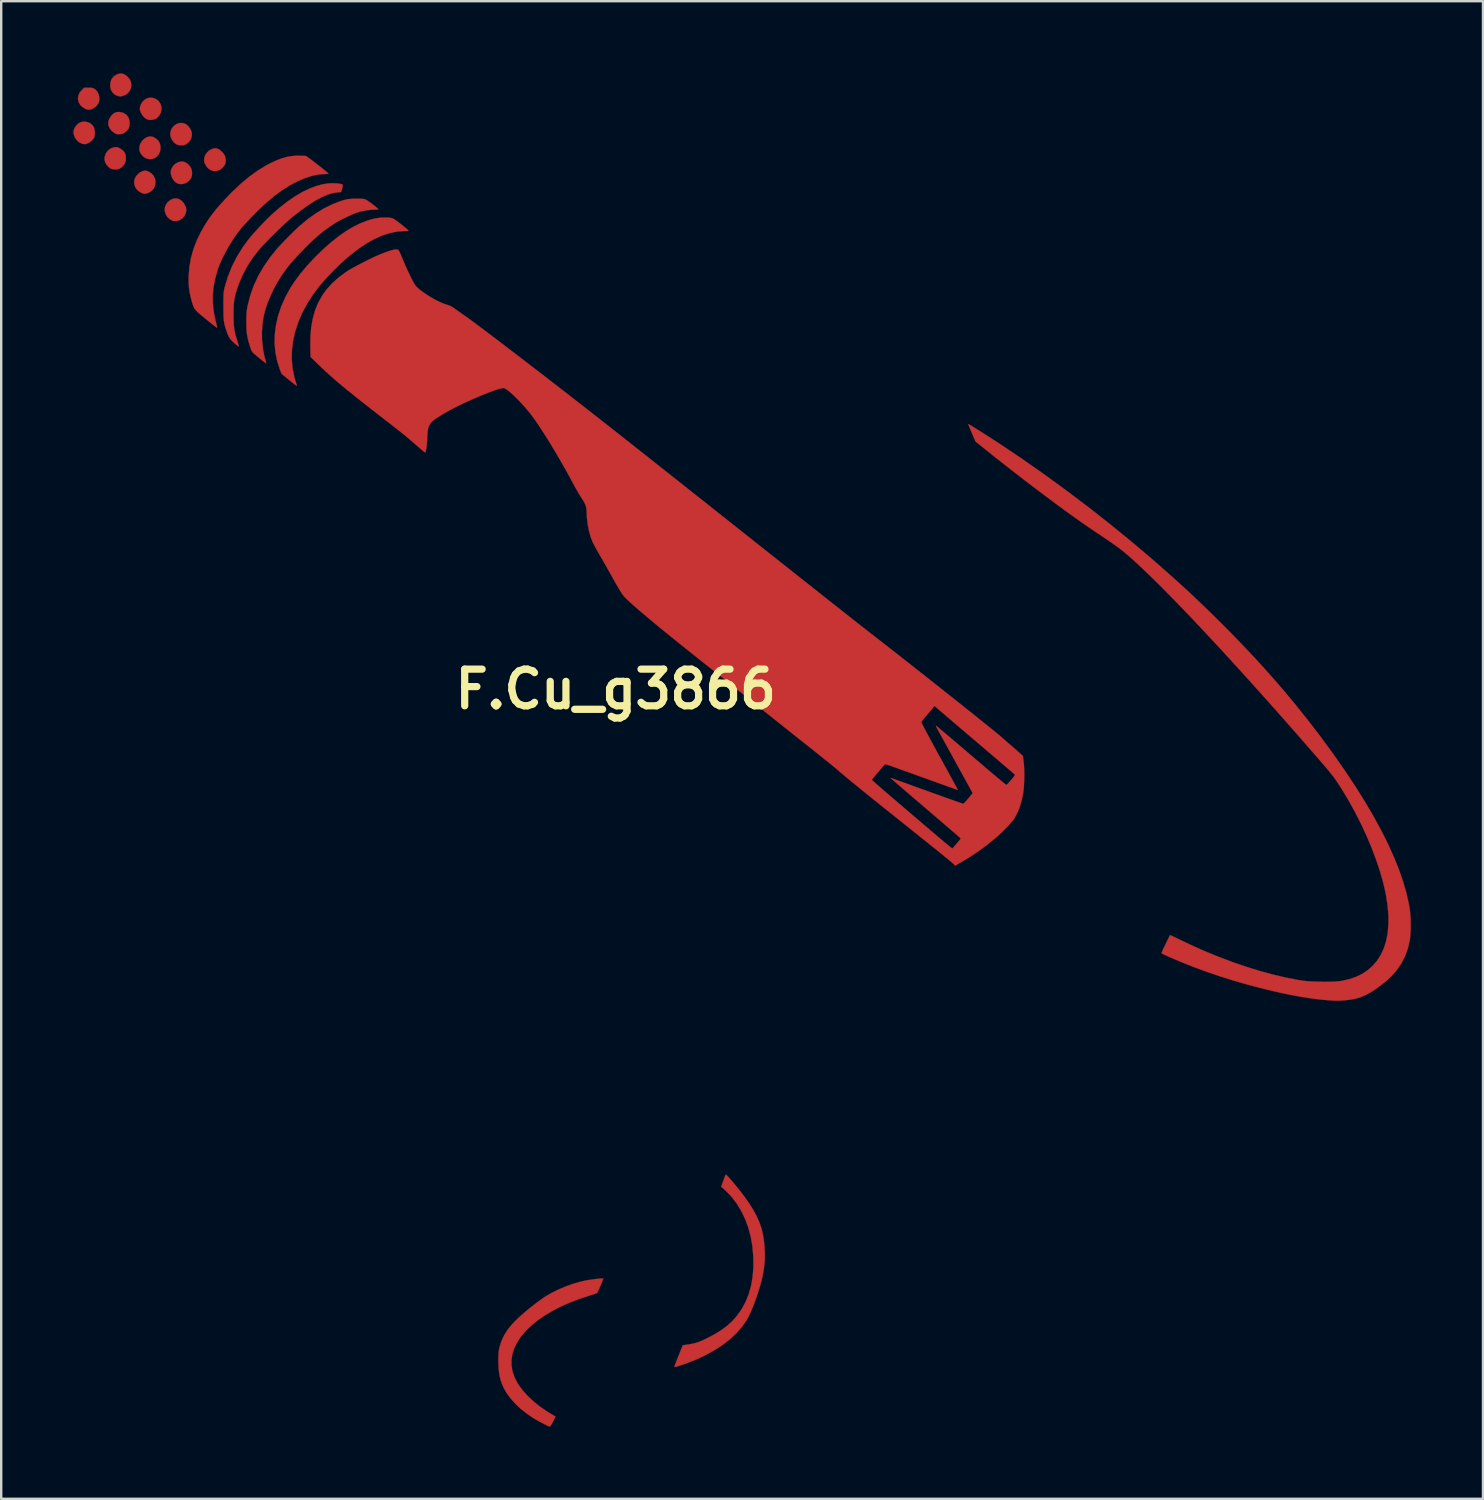
<source format=kicad_pcb>
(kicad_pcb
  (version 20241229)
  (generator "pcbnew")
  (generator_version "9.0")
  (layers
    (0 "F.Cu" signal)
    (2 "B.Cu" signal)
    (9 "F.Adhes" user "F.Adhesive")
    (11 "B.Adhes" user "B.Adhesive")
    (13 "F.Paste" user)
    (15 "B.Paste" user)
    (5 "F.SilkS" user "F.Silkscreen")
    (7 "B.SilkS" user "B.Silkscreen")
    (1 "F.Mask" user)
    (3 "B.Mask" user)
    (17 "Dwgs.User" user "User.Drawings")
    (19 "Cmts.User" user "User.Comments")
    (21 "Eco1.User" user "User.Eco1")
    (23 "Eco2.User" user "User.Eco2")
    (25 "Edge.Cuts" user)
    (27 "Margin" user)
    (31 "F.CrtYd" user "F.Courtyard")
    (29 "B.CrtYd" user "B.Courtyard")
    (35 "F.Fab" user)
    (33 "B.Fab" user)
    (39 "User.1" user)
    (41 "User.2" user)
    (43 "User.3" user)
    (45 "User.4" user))
  (footprint "F.Cu_g3866"
    (layer "F.Cu")
    (at 22.547 25.604)
    (property "Reference" "F.Cu_g3866" (at 0 0 0) (layer "F.SilkS") (effects (font (size 1.524 1.524) (thickness 0.3))))
    (attr through_hole)
    (fp_poly (pts (xy -19.244 -22.966) (xy -19.213 -22.953) (xy -19.087 -22.874) (xy -18.999 -22.784) (xy -18.946 -22.676) (xy -18.925 -22.546) (xy -18.924 -22.511) (xy -18.941 -22.371) (xy -18.99 -22.251) (xy -19.065 -22.155) (xy -19.16 -22.085) (xy -19.27 -22.045) (xy -19.389 -22.038) (xy -19.513 -22.069) (xy -19.573 -22.098) (xy -19.682 -22.183) (xy -19.758 -22.287) (xy -19.799 -22.405) (xy -19.804 -22.531) (xy -19.772 -22.657) (xy -19.703 -22.779) (xy -19.672 -22.816) (xy -19.57 -22.907) (xy -19.46 -22.963) (xy -19.35 -22.983) (xy -19.244 -22.966)) (stroke (width 0.01) (type solid)) (fill yes) (layer "F.Cu"))
    (fp_poly (pts (xy -18.157 -20.378) (xy -18.051 -20.314) (xy -17.959 -20.212) (xy -17.955 -20.206) (xy -17.883 -20.074) (xy -17.852 -19.949) (xy -17.861 -19.828) (xy -17.911 -19.708) (xy -17.935 -19.669) (xy -18.023 -19.57) (xy -18.131 -19.502) (xy -18.249 -19.466) (xy -18.37 -19.467) (xy -18.421 -19.479) (xy -18.54 -19.54) (xy -18.639 -19.635) (xy -18.698 -19.73) (xy -18.745 -19.865) (xy -18.749 -19.996) (xy -18.712 -20.122) (xy -18.635 -20.237) (xy -18.62 -20.253) (xy -18.51 -20.342) (xy -18.393 -20.393) (xy -18.273 -20.405) (xy -18.157 -20.378)) (stroke (width 0.01) (type solid)) (fill yes) (layer "F.Cu"))
    (fp_poly (pts (xy -17.953 -23.53) (xy -17.856 -23.485) (xy -17.766 -23.407) (xy -17.678 -23.286) (xy -17.629 -23.159) (xy -17.619 -23.028) (xy -17.649 -22.901) (xy -17.719 -22.781) (xy -17.759 -22.736) (xy -17.864 -22.655) (xy -17.984 -22.614) (xy -18.118 -22.613) (xy -18.203 -22.631) (xy -18.296 -22.676) (xy -18.381 -22.754) (xy -18.452 -22.852) (xy -18.501 -22.962) (xy -18.521 -23.071) (xy -18.521 -23.078) (xy -18.501 -23.209) (xy -18.447 -23.326) (xy -18.364 -23.424) (xy -18.259 -23.497) (xy -18.138 -23.537) (xy -18.065 -23.543) (xy -17.953 -23.53)) (stroke (width 0.01) (type solid)) (fill yes) (layer "F.Cu"))
    (fp_poly (pts (xy -20.439 -25.569) (xy -20.333 -25.499) (xy -20.297 -25.468) (xy -20.208 -25.363) (xy -20.155 -25.247) (xy -20.137 -25.126) (xy -20.152 -25.006) (xy -20.196 -24.893) (xy -20.27 -24.795) (xy -20.369 -24.716) (xy -20.493 -24.665) (xy -20.553 -24.652) (xy -20.625 -24.652) (xy -20.7 -24.664) (xy -20.707 -24.666) (xy -20.828 -24.724) (xy -20.922 -24.813) (xy -20.986 -24.927) (xy -21.016 -25.063) (xy -21.018 -25.11) (xy -21 -25.256) (xy -20.948 -25.382) (xy -20.861 -25.483) (xy -20.765 -25.547) (xy -20.648 -25.591) (xy -20.542 -25.599) (xy -20.439 -25.569)) (stroke (width 0.01) (type solid)) (fill yes) (layer "F.Cu"))
    (fp_poly (pts (xy -19.199 -24.575) (xy -19.084 -24.521) (xy -18.993 -24.441) (xy -18.923 -24.332) (xy -18.888 -24.209) (xy -18.887 -24.08) (xy -18.919 -23.955) (xy -18.982 -23.842) (xy -19.075 -23.749) (xy -19.087 -23.74) (xy -19.182 -23.694) (xy -19.293 -23.67) (xy -19.403 -23.671) (xy -19.485 -23.693) (xy -19.584 -23.758) (xy -19.672 -23.854) (xy -19.74 -23.969) (xy -19.78 -24.092) (xy -19.782 -24.104) (xy -19.778 -24.203) (xy -19.74 -24.311) (xy -19.672 -24.421) (xy -19.654 -24.443) (xy -19.556 -24.529) (xy -19.443 -24.579) (xy -19.321 -24.595) (xy -19.199 -24.575)) (stroke (width 0.01) (type solid)) (fill yes) (layer "F.Cu"))
    (fp_poly (pts (xy -17.964 -21.932) (xy -17.945 -21.928) (xy -17.854 -21.885) (xy -17.764 -21.814) (xy -17.688 -21.724) (xy -17.654 -21.667) (xy -17.623 -21.569) (xy -17.611 -21.458) (xy -17.619 -21.35) (xy -17.645 -21.266) (xy -17.719 -21.159) (xy -17.816 -21.077) (xy -17.929 -21.022) (xy -18.049 -20.999) (xy -18.167 -21.01) (xy -18.216 -21.027) (xy -18.314 -21.09) (xy -18.395 -21.181) (xy -18.456 -21.291) (xy -18.492 -21.409) (xy -18.498 -21.526) (xy -18.474 -21.626) (xy -18.404 -21.746) (xy -18.311 -21.84) (xy -18.202 -21.905) (xy -18.084 -21.937) (xy -17.964 -21.932)) (stroke (width 0.01) (type solid)) (fill yes) (layer "F.Cu"))
    (fp_poly (pts (xy -19.47 -21.544) (xy -19.428 -21.526) (xy -19.297 -21.442) (xy -19.205 -21.34) (xy -19.15 -21.22) (xy -19.132 -21.08) (xy -19.132 -21.079) (xy -19.152 -20.936) (xy -19.208 -20.813) (xy -19.299 -20.713) (xy -19.421 -20.639) (xy -19.456 -20.626) (xy -19.53 -20.603) (xy -19.589 -20.599) (xy -19.652 -20.612) (xy -19.69 -20.625) (xy -19.812 -20.689) (xy -19.91 -20.779) (xy -19.979 -20.888) (xy -20.016 -21.01) (xy -20.017 -21.137) (xy -20 -21.211) (xy -19.938 -21.331) (xy -19.843 -21.435) (xy -19.776 -21.485) (xy -19.665 -21.541) (xy -19.566 -21.561) (xy -19.47 -21.544)) (stroke (width 0.01) (type solid)) (fill yes) (layer "F.Cu"))
    (fp_poly (pts (xy -21.829 -25.007) (xy -21.766 -25) (xy -21.718 -24.985) (xy -21.67 -24.958) (xy -21.658 -24.95) (xy -21.566 -24.865) (xy -21.503 -24.751) (xy -21.47 -24.614) (xy -21.469 -24.609) (xy -21.468 -24.48) (xy -21.498 -24.374) (xy -21.561 -24.279) (xy -21.613 -24.227) (xy -21.727 -24.143) (xy -21.835 -24.099) (xy -21.942 -24.094) (xy -22.034 -24.121) (xy -22.162 -24.195) (xy -22.261 -24.292) (xy -22.327 -24.406) (xy -22.356 -24.531) (xy -22.357 -24.563) (xy -22.339 -24.687) (xy -22.287 -24.8) (xy -22.196 -24.911) (xy -22.183 -24.924) (xy -22.096 -25.008) (xy -21.921 -25.008) (xy -21.829 -25.007)) (stroke (width 0.01) (type solid)) (fill yes) (layer "F.Cu"))
    (fp_poly (pts (xy -20.615 -23.996) (xy -20.472 -23.962) (xy -20.359 -23.898) (xy -20.276 -23.805) (xy -20.225 -23.684) (xy -20.207 -23.537) (xy -20.219 -23.404) (xy -20.26 -23.297) (xy -20.334 -23.206) (xy -20.394 -23.157) (xy -20.467 -23.111) (xy -20.534 -23.087) (xy -20.619 -23.076) (xy -20.625 -23.076) (xy -20.703 -23.074) (xy -20.758 -23.083) (xy -20.811 -23.108) (xy -20.854 -23.135) (xy -20.973 -23.235) (xy -21.053 -23.346) (xy -21.093 -23.467) (xy -21.094 -23.591) (xy -21.053 -23.718) (xy -20.971 -23.841) (xy -20.963 -23.851) (xy -20.873 -23.937) (xy -20.78 -23.985) (xy -20.675 -24) (xy -20.615 -23.996)) (stroke (width 0.01) (type solid)) (fill yes) (layer "F.Cu"))
    (fp_poly (pts (xy -21.975 -23.582) (xy -21.862 -23.537) (xy -21.767 -23.465) (xy -21.698 -23.368) (xy -21.694 -23.36) (xy -21.669 -23.275) (xy -21.656 -23.169) (xy -21.656 -23.061) (xy -21.67 -22.97) (xy -21.676 -22.951) (xy -21.725 -22.869) (xy -21.803 -22.789) (xy -21.899 -22.722) (xy -21.998 -22.676) (xy -22.045 -22.664) (xy -22.105 -22.664) (xy -22.178 -22.678) (xy -22.203 -22.686) (xy -22.321 -22.748) (xy -22.419 -22.841) (xy -22.493 -22.957) (xy -22.535 -23.086) (xy -22.542 -23.169) (xy -22.526 -23.259) (xy -22.481 -23.356) (xy -22.418 -23.448) (xy -22.343 -23.52) (xy -22.33 -23.53) (xy -22.218 -23.581) (xy -22.097 -23.598) (xy -21.975 -23.582)) (stroke (width 0.01) (type solid)) (fill yes) (layer "F.Cu"))
    (fp_poly (pts (xy -20.69 -22.525) (xy -20.623 -22.493) (xy -20.602 -22.48) (xy -20.492 -22.404) (xy -20.42 -22.32) (xy -20.379 -22.22) (xy -20.366 -22.129) (xy -20.366 -22.043) (xy -20.374 -21.962) (xy -20.384 -21.917) (xy -20.424 -21.836) (xy -20.488 -21.753) (xy -20.563 -21.682) (xy -20.632 -21.64) (xy -20.716 -21.618) (xy -20.816 -21.611) (xy -20.914 -21.62) (xy -20.993 -21.642) (xy -21.009 -21.651) (xy -21.093 -21.719) (xy -21.17 -21.81) (xy -21.225 -21.907) (xy -21.253 -22.024) (xy -21.244 -22.144) (xy -21.203 -22.26) (xy -21.136 -22.364) (xy -21.046 -22.45) (xy -20.939 -22.51) (xy -20.823 -22.536) (xy -20.75 -22.538) (xy -20.69 -22.525)) (stroke (width 0.01) (type solid)) (fill yes) (layer "F.Cu"))
    (fp_poly (pts (xy -16.587 -22.486) (xy -16.541 -22.469) (xy -16.457 -22.421) (xy -16.371 -22.346) (xy -16.296 -22.257) (xy -16.246 -22.171) (xy -16.223 -22.085) (xy -16.214 -21.985) (xy -16.22 -21.889) (xy -16.233 -21.837) (xy -16.274 -21.766) (xy -16.339 -21.691) (xy -16.413 -21.625) (xy -16.466 -21.592) (xy -16.591 -21.546) (xy -16.709 -21.542) (xy -16.773 -21.558) (xy -16.842 -21.588) (xy -16.903 -21.622) (xy -16.911 -21.627) (xy -16.975 -21.69) (xy -17.036 -21.775) (xy -17.085 -21.866) (xy -17.11 -21.945) (xy -17.109 -22.068) (xy -17.072 -22.189) (xy -17.004 -22.299) (xy -16.909 -22.391) (xy -16.794 -22.455) (xy -16.753 -22.469) (xy -16.682 -22.488) (xy -16.633 -22.494) (xy -16.587 -22.486)) (stroke (width 0.01) (type solid)) (fill yes) (layer "F.Cu"))
    (fp_poly (pts (xy -9.444 -19.606) (xy -9.351 -19.596) (xy -9.283 -19.578) (xy -9.221 -19.549) (xy -9.182 -19.523) (xy -9.117 -19.478) (xy -9.039 -19.419) (xy -8.952 -19.352) (xy -8.863 -19.283) (xy -8.779 -19.215) (xy -8.707 -19.154) (xy -8.651 -19.106) (xy -8.62 -19.075) (xy -8.615 -19.068) (xy -8.634 -19.059) (xy -8.686 -19.053) (xy -8.759 -19.05) (xy -8.779 -19.05) (xy -9.081 -19.029) (xy -9.392 -18.966) (xy -9.709 -18.862) (xy -10.034 -18.717) (xy -10.366 -18.531) (xy -10.705 -18.303) (xy -11.05 -18.035) (xy -11.27 -17.846) (xy -11.407 -17.72) (xy -11.558 -17.574) (xy -11.716 -17.417) (xy -11.873 -17.255) (xy -12.024 -17.096) (xy -12.16 -16.947) (xy -12.275 -16.815) (xy -12.323 -16.757) (xy -12.6 -16.386) (xy -12.839 -16.009) (xy -13.041 -15.627) (xy -13.204 -15.242) (xy -13.329 -14.856) (xy -13.415 -14.47) (xy -13.461 -14.086) (xy -13.467 -13.706) (xy -13.433 -13.331) (xy -13.357 -12.963) (xy -13.326 -12.852) (xy -13.301 -12.77) (xy -13.279 -12.701) (xy -13.264 -12.657) (xy -13.262 -12.652) (xy -13.256 -12.622) (xy -13.264 -12.616) (xy -13.285 -12.629) (xy -13.334 -12.664) (xy -13.404 -12.719) (xy -13.49 -12.787) (xy -13.587 -12.866) (xy -13.893 -13.116) (xy -13.962 -13.295) (xy -14.075 -13.648) (xy -14.148 -14.01) (xy -14.18 -14.379) (xy -14.172 -14.754) (xy -14.124 -15.134) (xy -14.037 -15.516) (xy -13.91 -15.898) (xy -13.744 -16.279) (xy -13.539 -16.657) (xy -13.526 -16.679) (xy -13.334 -16.972) (xy -13.107 -17.276) (xy -12.848 -17.586) (xy -12.562 -17.897) (xy -12.251 -18.205) (xy -12.118 -18.329) (xy -11.808 -18.601) (xy -11.511 -18.837) (xy -11.222 -19.039) (xy -10.938 -19.21) (xy -10.654 -19.352) (xy -10.366 -19.469) (xy -10.286 -19.496) (xy -10.013 -19.571) (xy -9.746 -19.607) (xy -9.475 -19.608) (xy -9.444 -19.606)) (stroke (width 0.01) (type solid)) (fill yes) (layer "F.Cu"))
    (fp_poly (pts (xy -13.123 -22.179) (xy -12.879 -22.172) (xy -12.756 -22.085) (xy -12.689 -22.035) (xy -12.604 -21.971) (xy -12.507 -21.897) (xy -12.403 -21.816) (xy -12.298 -21.734) (xy -12.197 -21.654) (xy -12.106 -21.58) (xy -12.029 -21.517) (xy -11.973 -21.47) (xy -11.943 -21.442) (xy -11.939 -21.437) (xy -11.958 -21.428) (xy -12.008 -21.423) (xy -12.07 -21.421) (xy -12.344 -21.401) (xy -12.631 -21.343) (xy -12.929 -21.247) (xy -13.235 -21.116) (xy -13.547 -20.95) (xy -13.863 -20.75) (xy -14.18 -20.518) (xy -14.496 -20.255) (xy -14.681 -20.085) (xy -14.835 -19.937) (xy -14.992 -19.781) (xy -15.147 -19.624) (xy -15.293 -19.47) (xy -15.426 -19.327) (xy -15.539 -19.2) (xy -15.625 -19.097) (xy -15.783 -18.886) (xy -15.941 -18.651) (xy -16.093 -18.403) (xy -16.234 -18.149) (xy -16.36 -17.899) (xy -16.466 -17.66) (xy -16.547 -17.442) (xy -16.551 -17.429) (xy -16.654 -17.061) (xy -16.721 -16.707) (xy -16.753 -16.363) (xy -16.749 -16.021) (xy -16.709 -15.675) (xy -16.635 -15.319) (xy -16.617 -15.25) (xy -16.594 -15.16) (xy -16.579 -15.088) (xy -16.572 -15.042) (xy -16.574 -15.028) (xy -16.595 -15.041) (xy -16.643 -15.077) (xy -16.714 -15.131) (xy -16.802 -15.2) (xy -16.903 -15.28) (xy -16.926 -15.298) (xy -17.082 -15.425) (xy -17.208 -15.529) (xy -17.309 -15.615) (xy -17.387 -15.686) (xy -17.447 -15.747) (xy -17.491 -15.8) (xy -17.524 -15.85) (xy -17.549 -15.901) (xy -17.57 -15.956) (xy -17.577 -15.977) (xy -17.653 -16.232) (xy -17.707 -16.466) (xy -17.74 -16.694) (xy -17.755 -16.929) (xy -17.753 -17.184) (xy -17.753 -17.187) (xy -17.721 -17.569) (xy -17.654 -17.942) (xy -17.55 -18.31) (xy -17.407 -18.677) (xy -17.225 -19.047) (xy -17.084 -19.292) (xy -16.948 -19.505) (xy -16.797 -19.717) (xy -16.628 -19.932) (xy -16.437 -20.156) (xy -16.22 -20.392) (xy -15.972 -20.647) (xy -15.929 -20.69) (xy -15.569 -21.03) (xy -15.21 -21.327) (xy -14.854 -21.582) (xy -14.498 -21.796) (xy -14.34 -21.877) (xy -14.102 -21.987) (xy -13.886 -22.07) (xy -13.682 -22.128) (xy -13.483 -22.164) (xy -13.28 -22.18) (xy -13.123 -22.179)) (stroke (width 0.01) (type solid)) (fill yes) (layer "F.Cu"))
    (fp_poly (pts (xy 4.586 20.184) (xy 4.611 20.202) (xy 4.65 20.239) (xy 4.706 20.3) (xy 4.781 20.386) (xy 4.878 20.5) (xy 5.141 20.818) (xy 5.369 21.118) (xy 5.566 21.403) (xy 5.735 21.676) (xy 5.875 21.939) (xy 5.985 22.189) (xy 6.07 22.448) (xy 6.133 22.724) (xy 6.174 23.024) (xy 6.195 23.354) (xy 6.196 23.369) (xy 6.199 23.584) (xy 6.194 23.778) (xy 6.177 23.967) (xy 6.149 24.166) (xy 6.108 24.388) (xy 6.106 24.4) (xy 6.061 24.594) (xy 6.003 24.808) (xy 5.934 25.034) (xy 5.857 25.265) (xy 5.775 25.494) (xy 5.69 25.711) (xy 5.606 25.91) (xy 5.524 26.082) (xy 5.452 26.215) (xy 5.261 26.493) (xy 5.031 26.76) (xy 4.762 27.013) (xy 4.455 27.252) (xy 4.111 27.477) (xy 3.731 27.686) (xy 3.492 27.801) (xy 3.374 27.854) (xy 3.243 27.908) (xy 3.106 27.962) (xy 2.969 28.015) (xy 2.836 28.063) (xy 2.713 28.105) (xy 2.606 28.139) (xy 2.52 28.164) (xy 2.461 28.177) (xy 2.435 28.176) (xy 2.434 28.174) (xy 2.442 28.15) (xy 2.463 28.093) (xy 2.496 28.008) (xy 2.538 27.902) (xy 2.586 27.78) (xy 2.612 27.716) (xy 2.79 27.274) (xy 2.988 27.247) (xy 3.139 27.222) (xy 3.274 27.192) (xy 3.404 27.154) (xy 3.538 27.102) (xy 3.69 27.035) (xy 3.823 26.97) (xy 4.124 26.809) (xy 4.389 26.646) (xy 4.62 26.475) (xy 4.824 26.293) (xy 5.005 26.095) (xy 5.168 25.878) (xy 5.236 25.775) (xy 5.4 25.473) (xy 5.532 25.146) (xy 5.63 24.795) (xy 5.695 24.421) (xy 5.726 24.026) (xy 5.723 23.61) (xy 5.686 23.176) (xy 5.682 23.146) (xy 5.615 22.764) (xy 5.517 22.394) (xy 5.388 22.041) (xy 5.23 21.71) (xy 5.045 21.403) (xy 4.836 21.126) (xy 4.692 20.968) (xy 4.614 20.889) (xy 4.541 20.819) (xy 4.481 20.763) (xy 4.443 20.73) (xy 4.441 20.728) (xy 4.384 20.686) (xy 4.468 20.456) (xy 4.502 20.361) (xy 4.532 20.28) (xy 4.553 20.222) (xy 4.562 20.195) (xy 4.571 20.183) (xy 4.586 20.184)) (stroke (width 0.01) (type solid)) (fill yes) (layer "F.Cu"))
    (fp_poly (pts (xy -11.597 -21.032) (xy -11.479 -21.016) (xy -11.407 -21.002) (xy -11.367 -20.989) (xy -11.35 -20.97) (xy -11.347 -20.941) (xy -11.347 -20.937) (xy -11.355 -20.884) (xy -11.372 -20.813) (xy -11.384 -20.775) (xy -11.419 -20.669) (xy -11.58 -20.656) (xy -11.781 -20.622) (xy -12.003 -20.552) (xy -12.245 -20.445) (xy -12.507 -20.302) (xy -12.789 -20.122) (xy -13.091 -19.906) (xy -13.412 -19.655) (xy -13.506 -19.578) (xy -13.608 -19.49) (xy -13.731 -19.378) (xy -13.87 -19.247) (xy -14.02 -19.103) (xy -14.176 -18.951) (xy -14.33 -18.796) (xy -14.479 -18.645) (xy -14.616 -18.504) (xy -14.735 -18.376) (xy -14.831 -18.269) (xy -14.869 -18.224) (xy -15.109 -17.909) (xy -15.325 -17.57) (xy -15.512 -17.217) (xy -15.665 -16.86) (xy -15.715 -16.719) (xy -15.767 -16.559) (xy -15.807 -16.424) (xy -15.837 -16.303) (xy -15.858 -16.188) (xy -15.872 -16.067) (xy -15.881 -15.933) (xy -15.885 -15.775) (xy -15.886 -15.589) (xy -15.885 -15.396) (xy -15.881 -15.237) (xy -15.873 -15.102) (xy -15.86 -14.984) (xy -15.841 -14.873) (xy -15.815 -14.76) (xy -15.78 -14.638) (xy -15.744 -14.524) (xy -15.713 -14.426) (xy -15.689 -14.343) (xy -15.674 -14.283) (xy -15.669 -14.254) (xy -15.67 -14.253) (xy -15.689 -14.261) (xy -15.733 -14.29) (xy -15.791 -14.336) (xy -15.804 -14.346) (xy -15.914 -14.443) (xy -15.995 -14.527) (xy -16.057 -14.61) (xy -16.106 -14.702) (xy -16.148 -14.808) (xy -16.194 -14.936) (xy -16.23 -15.046) (xy -16.257 -15.146) (xy -16.278 -15.243) (xy -16.292 -15.345) (xy -16.301 -15.46) (xy -16.306 -15.596) (xy -16.308 -15.76) (xy -16.308 -15.928) (xy -16.308 -16.102) (xy -16.307 -16.24) (xy -16.305 -16.349) (xy -16.301 -16.435) (xy -16.295 -16.506) (xy -16.287 -16.566) (xy -16.276 -16.624) (xy -16.262 -16.686) (xy -16.259 -16.698) (xy -16.124 -17.147) (xy -15.951 -17.58) (xy -15.739 -17.998) (xy -15.487 -18.4) (xy -15.271 -18.693) (xy -15.173 -18.813) (xy -15.051 -18.953) (xy -14.913 -19.106) (xy -14.766 -19.265) (xy -14.617 -19.421) (xy -14.474 -19.566) (xy -14.343 -19.693) (xy -14.309 -19.725) (xy -13.979 -20.015) (xy -13.653 -20.27) (xy -13.333 -20.49) (xy -13.019 -20.674) (xy -12.714 -20.821) (xy -12.418 -20.931) (xy -12.132 -21.003) (xy -11.858 -21.037) (xy -11.597 -21.032)) (stroke (width 0.01) (type solid)) (fill yes) (layer "F.Cu"))
    (fp_poly (pts (xy -0.517 24.497) (xy -0.514 24.498) (xy -0.519 24.519) (xy -0.538 24.57) (xy -0.568 24.644) (xy -0.605 24.732) (xy -0.646 24.826) (xy -0.686 24.917) (xy -0.723 24.999) (xy -0.753 25.062) (xy -0.773 25.099) (xy -0.777 25.104) (xy -0.802 25.116) (xy -0.861 25.136) (xy -0.943 25.163) (xy -1.041 25.194) (xy -1.058 25.199) (xy -1.494 25.341) (xy -1.903 25.497) (xy -2.286 25.668) (xy -2.641 25.852) (xy -2.966 26.046) (xy -3.26 26.252) (xy -3.522 26.466) (xy -3.75 26.689) (xy -3.942 26.918) (xy -4.098 27.154) (xy -4.216 27.394) (xy -4.295 27.637) (xy -4.333 27.883) (xy -4.334 27.902) (xy -4.33 28.132) (xy -4.292 28.356) (xy -4.217 28.578) (xy -4.105 28.805) (xy -4.016 28.95) (xy -3.849 29.173) (xy -3.646 29.396) (xy -3.411 29.615) (xy -3.15 29.824) (xy -2.868 30.018) (xy -2.738 30.098) (xy -2.651 30.15) (xy -2.578 30.193) (xy -2.527 30.223) (xy -2.504 30.236) (xy -2.504 30.236) (xy -2.511 30.255) (xy -2.535 30.303) (xy -2.57 30.374) (xy -2.61 30.451) (xy -2.664 30.552) (xy -2.705 30.617) (xy -2.734 30.649) (xy -2.752 30.654) (xy -2.801 30.634) (xy -2.879 30.597) (xy -2.976 30.548) (xy -3.084 30.492) (xy -3.195 30.433) (xy -3.3 30.374) (xy -3.391 30.322) (xy -3.425 30.301) (xy -3.696 30.118) (xy -3.947 29.917) (xy -4.174 29.704) (xy -4.371 29.482) (xy -4.535 29.257) (xy -4.644 29.067) (xy -4.727 28.881) (xy -4.791 28.695) (xy -4.836 28.498) (xy -4.864 28.283) (xy -4.877 28.041) (xy -4.878 27.898) (xy -4.876 27.752) (xy -4.872 27.638) (xy -4.865 27.545) (xy -4.852 27.462) (xy -4.835 27.379) (xy -4.83 27.361) (xy -4.776 27.175) (xy -4.706 26.999) (xy -4.619 26.827) (xy -4.512 26.658) (xy -4.381 26.488) (xy -4.225 26.314) (xy -4.041 26.132) (xy -3.825 25.939) (xy -3.577 25.733) (xy -3.397 25.591) (xy -3.288 25.507) (xy -3.171 25.421) (xy -3.059 25.341) (xy -2.965 25.276) (xy -2.953 25.268) (xy -2.689 25.111) (xy -2.394 24.963) (xy -2.081 24.83) (xy -1.76 24.716) (xy -1.444 24.626) (xy -1.27 24.587) (xy -1.172 24.569) (xy -1.059 24.551) (xy -0.94 24.534) (xy -0.822 24.519) (xy -0.713 24.507) (xy -0.621 24.499) (xy -0.553 24.495) (xy -0.517 24.497)) (stroke (width 0.01) (type solid)) (fill yes) (layer "F.Cu"))
    (fp_poly (pts (xy -10.565 -20.39) (xy -10.498 -20.385) (xy -10.448 -20.376) (xy -10.408 -20.363) (xy -10.38 -20.35) (xy -10.335 -20.323) (xy -10.27 -20.279) (xy -10.192 -20.224) (xy -10.109 -20.162) (xy -10.029 -20.099) (xy -9.957 -20.041) (xy -9.901 -19.994) (xy -9.87 -19.963) (xy -9.865 -19.955) (xy -9.884 -19.947) (xy -9.934 -19.941) (xy -10.007 -19.939) (xy -10.017 -19.939) (xy -10.193 -19.93) (xy -10.386 -19.905) (xy -10.578 -19.867) (xy -10.742 -19.822) (xy -10.852 -19.781) (xy -10.988 -19.724) (xy -11.139 -19.656) (xy -11.293 -19.582) (xy -11.441 -19.506) (xy -11.571 -19.436) (xy -11.642 -19.394) (xy -11.884 -19.235) (xy -12.12 -19.063) (xy -12.356 -18.873) (xy -12.595 -18.66) (xy -12.845 -18.419) (xy -13.109 -18.147) (xy -13.16 -18.093) (xy -13.303 -17.939) (xy -13.422 -17.807) (xy -13.523 -17.691) (xy -13.612 -17.583) (xy -13.695 -17.475) (xy -13.778 -17.36) (xy -13.868 -17.231) (xy -13.909 -17.17) (xy -14.068 -16.915) (xy -14.217 -16.64) (xy -14.352 -16.356) (xy -14.468 -16.072) (xy -14.562 -15.796) (xy -14.629 -15.539) (xy -14.635 -15.511) (xy -14.685 -15.186) (xy -14.708 -14.85) (xy -14.703 -14.512) (xy -14.671 -14.182) (xy -14.612 -13.869) (xy -14.563 -13.692) (xy -14.543 -13.623) (xy -14.531 -13.573) (xy -14.529 -13.552) (xy -14.548 -13.561) (xy -14.592 -13.592) (xy -14.654 -13.638) (xy -14.703 -13.676) (xy -14.794 -13.749) (xy -14.892 -13.829) (xy -14.978 -13.902) (xy -15.001 -13.922) (xy -15.059 -13.973) (xy -15.099 -14.015) (xy -15.13 -14.059) (xy -15.156 -14.115) (xy -15.184 -14.194) (xy -15.207 -14.267) (xy -15.259 -14.437) (xy -15.298 -14.59) (xy -15.325 -14.737) (xy -15.343 -14.89) (xy -15.352 -15.06) (xy -15.355 -15.259) (xy -15.355 -15.293) (xy -15.353 -15.445) (xy -15.35 -15.566) (xy -15.344 -15.666) (xy -15.334 -15.757) (xy -15.319 -15.848) (xy -15.299 -15.952) (xy -15.295 -15.97) (xy -15.188 -16.386) (xy -15.042 -16.792) (xy -14.856 -17.189) (xy -14.629 -17.579) (xy -14.362 -17.963) (xy -14.09 -18.299) (xy -14.005 -18.394) (xy -13.896 -18.512) (xy -13.77 -18.643) (xy -13.636 -18.78) (xy -13.499 -18.917) (xy -13.369 -19.046) (xy -13.251 -19.159) (xy -13.166 -19.238) (xy -12.822 -19.527) (xy -12.473 -19.778) (xy -12.122 -19.992) (xy -11.77 -20.166) (xy -11.419 -20.3) (xy -11.271 -20.344) (xy -11.19 -20.363) (xy -11.109 -20.377) (xy -11.017 -20.386) (xy -10.903 -20.39) (xy -10.784 -20.392) (xy -10.658 -20.392) (xy -10.565 -20.39)) (stroke (width 0.01) (type solid)) (fill yes) (layer "F.Cu"))
    (fp_poly (pts (xy 14.678 -11.016) (xy 14.73 -10.987) (xy 14.81 -10.939) (xy 14.914 -10.874) (xy 15.04 -10.796) (xy 15.184 -10.705) (xy 15.341 -10.605) (xy 15.509 -10.498) (xy 15.684 -10.385) (xy 15.863 -10.269) (xy 15.922 -10.23) (xy 16.84 -9.616) (xy 17.768 -8.967) (xy 18.7 -8.289) (xy 19.63 -7.586) (xy 20.55 -6.864) (xy 21.455 -6.126) (xy 22.277 -5.43) (xy 22.427 -5.3) (xy 22.596 -5.152) (xy 22.778 -4.991) (xy 22.968 -4.823) (xy 23.161 -4.651) (xy 23.35 -4.481) (xy 23.531 -4.317) (xy 23.698 -4.165) (xy 23.847 -4.029) (xy 23.971 -3.914) (xy 24.013 -3.874) (xy 24.713 -3.201) (xy 25.377 -2.543) (xy 26.009 -1.895) (xy 26.612 -1.255) (xy 27.189 -0.618) (xy 27.743 0.02) (xy 28.277 0.661) (xy 28.795 1.309) (xy 29.299 1.967) (xy 29.793 2.64) (xy 29.881 2.762) (xy 30.337 3.417) (xy 30.76 4.054) (xy 31.147 4.673) (xy 31.499 5.273) (xy 31.817 5.855) (xy 32.099 6.417) (xy 32.346 6.959) (xy 32.557 7.482) (xy 32.733 7.984) (xy 32.872 8.466) (xy 32.975 8.926) (xy 33.013 9.144) (xy 33.031 9.3) (xy 33.044 9.482) (xy 33.051 9.678) (xy 33.052 9.879) (xy 33.047 10.074) (xy 33.036 10.251) (xy 33.019 10.401) (xy 33.012 10.446) (xy 32.93 10.789) (xy 32.813 11.107) (xy 32.661 11.403) (xy 32.473 11.678) (xy 32.248 11.932) (xy 32.029 12.131) (xy 31.793 12.321) (xy 31.577 12.479) (xy 31.374 12.609) (xy 31.181 12.713) (xy 30.989 12.795) (xy 30.795 12.856) (xy 30.592 12.899) (xy 30.374 12.927) (xy 30.317 12.932) (xy 30.213 12.941) (xy 30.129 12.946) (xy 30.058 12.949) (xy 29.988 12.95) (xy 29.909 12.947) (xy 29.81 12.942) (xy 29.683 12.934) (xy 29.644 12.932) (xy 29.287 12.9) (xy 28.896 12.851) (xy 28.477 12.785) (xy 28.035 12.703) (xy 27.573 12.606) (xy 27.097 12.495) (xy 26.611 12.372) (xy 26.119 12.238) (xy 25.628 12.094) (xy 25.14 11.94) (xy 24.661 11.779) (xy 24.195 11.61) (xy 24.109 11.578) (xy 23.952 11.518) (xy 23.786 11.452) (xy 23.616 11.383) (xy 23.447 11.314) (xy 23.283 11.245) (xy 23.13 11.18) (xy 22.992 11.12) (xy 22.875 11.067) (xy 22.782 11.023) (xy 22.72 10.992) (xy 22.694 10.975) (xy 22.699 10.953) (xy 22.72 10.901) (xy 22.753 10.825) (xy 22.795 10.733) (xy 22.843 10.631) (xy 22.893 10.528) (xy 22.942 10.429) (xy 22.986 10.342) (xy 23.022 10.274) (xy 23.046 10.233) (xy 23.055 10.223) (xy 23.079 10.233) (xy 23.134 10.257) (xy 23.212 10.294) (xy 23.306 10.34) (xy 23.342 10.358) (xy 23.908 10.63) (xy 24.484 10.887) (xy 25.066 11.125) (xy 25.647 11.344) (xy 26.224 11.542) (xy 26.792 11.717) (xy 27.345 11.868) (xy 27.879 11.993) (xy 28.389 12.091) (xy 28.512 12.11) (xy 28.656 12.128) (xy 28.828 12.143) (xy 29.02 12.153) (xy 29.223 12.16) (xy 29.429 12.163) (xy 29.63 12.162) (xy 29.819 12.157) (xy 29.987 12.148) (xy 30.126 12.134) (xy 30.199 12.123) (xy 30.511 12.05) (xy 30.789 11.954) (xy 31.039 11.832) (xy 31.262 11.684) (xy 31.464 11.507) (xy 31.466 11.506) (xy 31.655 11.287) (xy 31.812 11.04) (xy 31.938 10.766) (xy 32.032 10.465) (xy 32.095 10.138) (xy 32.126 9.785) (xy 32.126 9.407) (xy 32.093 9.005) (xy 32.028 8.578) (xy 32.001 8.435) (xy 31.897 7.995) (xy 31.764 7.533) (xy 31.603 7.055) (xy 31.417 6.566) (xy 31.207 6.072) (xy 30.977 5.577) (xy 30.728 5.089) (xy 30.463 4.611) (xy 30.184 4.149) (xy 30.177 4.138) (xy 30.104 4.024) (xy 30.039 3.923) (xy 29.977 3.831) (xy 29.916 3.743) (xy 29.853 3.656) (xy 29.785 3.567) (xy 29.708 3.47) (xy 29.62 3.363) (xy 29.517 3.24) (xy 29.396 3.099) (xy 29.255 2.935) (xy 29.09 2.745) (xy 29.031 2.678) (xy 28.476 2.041) (xy 27.931 1.421) (xy 27.398 0.818) (xy 26.876 0.233) (xy 26.368 -0.333) (xy 25.873 -0.879) (xy 25.394 -1.404) (xy 24.93 -1.907) (xy 24.483 -2.386) (xy 24.054 -2.842) (xy 23.643 -3.273) (xy 23.252 -3.678) (xy 22.881 -4.056) (xy 22.532 -4.406) (xy 22.204 -4.727) (xy 21.9 -5.019) (xy 21.62 -5.28) (xy 21.365 -5.509) (xy 21.251 -5.607) (xy 21.148 -5.694) (xy 21.039 -5.781) (xy 20.92 -5.872) (xy 20.787 -5.97) (xy 20.635 -6.077) (xy 20.461 -6.197) (xy 20.259 -6.334) (xy 20.026 -6.489) (xy 20.003 -6.505) (xy 19.707 -6.704) (xy 19.384 -6.928) (xy 19.034 -7.176) (xy 18.662 -7.445) (xy 18.271 -7.732) (xy 17.864 -8.035) (xy 17.443 -8.352) (xy 17.013 -8.68) (xy 16.576 -9.017) (xy 16.135 -9.362) (xy 15.694 -9.71) (xy 15.391 -9.952) (xy 14.96 -10.298) (xy 14.806 -10.657) (xy 14.758 -10.771) (xy 14.717 -10.871) (xy 14.685 -10.951) (xy 14.664 -11.004) (xy 14.658 -11.024) (xy 14.678 -11.016)) (stroke (width 0.01) (type solid)) (fill yes) (layer "F.Cu"))
    (fp_poly (pts (xy -9.066 -18.278) (xy -9.035 -18.263) (xy -9.015 -18.235) (xy -8.984 -18.174) (xy -8.945 -18.088) (xy -8.9 -17.985) (xy -8.868 -17.907) (xy -8.808 -17.759) (xy -8.739 -17.602) (xy -8.667 -17.442) (xy -8.593 -17.285) (xy -8.521 -17.137) (xy -8.454 -17.005) (xy -8.395 -16.895) (xy -8.346 -16.813) (xy -8.319 -16.775) (xy -8.239 -16.691) (xy -8.128 -16.596) (xy -7.991 -16.495) (xy -7.837 -16.391) (xy -7.674 -16.29) (xy -7.508 -16.196) (xy -7.346 -16.113) (xy -7.197 -16.047) (xy -7.067 -16) (xy -7.042 -15.993) (xy -6.96 -15.969) (xy -6.887 -15.941) (xy -6.813 -15.901) (xy -6.727 -15.847) (xy -6.621 -15.771) (xy -6.604 -15.759) (xy -6.515 -15.695) (xy -6.425 -15.631) (xy -6.349 -15.578) (xy -6.318 -15.557) (xy -6.241 -15.504) (xy -6.132 -15.426) (xy -5.994 -15.324) (xy -5.828 -15.202) (xy -5.637 -15.059) (xy -5.422 -14.897) (xy -5.186 -14.719) (xy -4.929 -14.525) (xy -4.655 -14.316) (xy -4.366 -14.095) (xy -4.062 -13.863) (xy -3.746 -13.621) (xy -3.421 -13.37) (xy -3.087 -13.113) (xy -2.747 -12.851) (xy -2.403 -12.585) (xy -2.057 -12.316) (xy -1.711 -12.047) (xy -1.683 -12.025) (xy -1.523 -11.901) (xy -1.371 -11.782) (xy -1.224 -11.667) (xy -1.081 -11.556) (xy -0.94 -11.446) (xy -0.8 -11.336) (xy -0.659 -11.226) (xy -0.516 -11.113) (xy -0.369 -10.998) (xy -0.216 -10.878) (xy -0.056 -10.752) (xy 0.113 -10.619) (xy 0.292 -10.478) (xy 0.483 -10.327) (xy 0.687 -10.166) (xy 0.906 -9.993) (xy 1.142 -9.806) (xy 1.395 -9.606) (xy 1.669 -9.389) (xy 1.963 -9.156) (xy 2.28 -8.905) (xy 2.622 -8.634) (xy 2.99 -8.343) (xy 3.385 -8.03) (xy 3.809 -7.694) (xy 4.263 -7.333) (xy 4.572 -7.089) (xy 5.107 -6.665) (xy 5.61 -6.266) (xy 6.082 -5.892) (xy 6.525 -5.541) (xy 6.938 -5.214) (xy 7.324 -4.908) (xy 7.683 -4.624) (xy 8.016 -4.36) (xy 8.325 -4.116) (xy 8.611 -3.889) (xy 8.874 -3.681) (xy 9.117 -3.49) (xy 9.339 -3.314) (xy 9.542 -3.154) (xy 9.727 -3.008) (xy 9.895 -2.875) (xy 10.048 -2.755) (xy 10.186 -2.647) (xy 10.31 -2.549) (xy 10.422 -2.462) (xy 10.522 -2.383) (xy 10.613 -2.313) (xy 10.657 -2.278) (xy 10.9 -2.09) (xy 11.157 -1.889) (xy 11.426 -1.68) (xy 11.704 -1.462) (xy 11.99 -1.237) (xy 12.282 -1.008) (xy 12.576 -0.776) (xy 12.873 -0.543) (xy 13.168 -0.309) (xy 13.46 -0.078) (xy 13.748 0.15) (xy 14.028 0.373) (xy 14.3 0.588) (xy 14.56 0.796) (xy 14.807 0.992) (xy 15.038 1.178) (xy 15.252 1.349) (xy 15.447 1.506) (xy 15.62 1.645) (xy 15.769 1.766) (xy 15.892 1.867) (xy 15.987 1.947) (xy 16.052 2.002) (xy 16.076 2.024) (xy 16.116 2.06) (xy 16.18 2.116) (xy 16.259 2.185) (xy 16.347 2.26) (xy 16.362 2.273) (xy 16.464 2.361) (xy 16.574 2.457) (xy 16.678 2.548) (xy 16.756 2.619) (xy 16.929 2.774) (xy 16.957 2.99) (xy 16.974 3.161) (xy 16.984 3.358) (xy 16.987 3.572) (xy 16.983 3.79) (xy 16.973 4) (xy 16.957 4.192) (xy 16.935 4.35) (xy 16.873 4.646) (xy 16.795 4.908) (xy 16.699 5.14) (xy 16.585 5.348) (xy 16.551 5.4) (xy 16.485 5.487) (xy 16.393 5.594) (xy 16.282 5.716) (xy 16.156 5.845) (xy 16.023 5.976) (xy 15.888 6.101) (xy 15.8 6.179) (xy 15.466 6.452) (xy 15.106 6.718) (xy 14.734 6.967) (xy 14.425 7.154) (xy 14.332 7.208) (xy 14.249 7.256) (xy 14.185 7.294) (xy 14.148 7.317) (xy 14.147 7.317) (xy 14.112 7.335) (xy 14.095 7.326) (xy 14.09 7.315) (xy 14.083 7.304) (xy 14.067 7.286) (xy 14.041 7.261) (xy 14.004 7.227) (xy 13.953 7.183) (xy 13.886 7.127) (xy 13.804 7.058) (xy 13.703 6.975) (xy 13.582 6.877) (xy 13.44 6.762) (xy 13.275 6.628) (xy 13.085 6.476) (xy 12.869 6.303) (xy 12.625 6.108) (xy 12.352 5.889) (xy 12.048 5.646) (xy 11.927 5.549) (xy 11.56 5.255) (xy 11.224 4.987) (xy 10.919 4.742) (xy 10.642 4.519) (xy 10.394 4.319) (xy 10.171 4.139) (xy 9.974 3.978) (xy 9.8 3.836) (xy 9.717 3.768) (xy 10.647 3.768) (xy 10.663 3.785) (xy 10.711 3.829) (xy 10.792 3.901) (xy 10.905 3.999) (xy 11.049 4.124) (xy 11.225 4.277) (xy 11.433 4.455) (xy 11.673 4.661) (xy 11.944 4.893) (xy 12.246 5.151) (xy 12.58 5.436) (xy 12.945 5.747) (xy 13.237 5.996) (xy 13.389 6.125) (xy 13.53 6.244) (xy 13.659 6.352) (xy 13.772 6.445) (xy 13.865 6.521) (xy 13.935 6.578) (xy 13.979 6.611) (xy 13.994 6.62) (xy 14.013 6.603) (xy 14.054 6.559) (xy 14.11 6.496) (xy 14.176 6.42) (xy 14.181 6.414) (xy 14.246 6.337) (xy 14.298 6.272) (xy 14.333 6.224) (xy 14.346 6.201) (xy 14.346 6.201) (xy 14.329 6.185) (xy 14.283 6.144) (xy 14.209 6.08) (xy 14.109 5.994) (xy 13.987 5.888) (xy 13.843 5.765) (xy 13.681 5.626) (xy 13.503 5.473) (xy 13.311 5.309) (xy 13.107 5.134) (xy 12.894 4.952) (xy 12.885 4.945) (xy 12.672 4.762) (xy 12.468 4.588) (xy 12.275 4.423) (xy 12.097 4.27) (xy 11.935 4.131) (xy 11.791 4.007) (xy 11.668 3.902) (xy 11.569 3.815) (xy 11.494 3.75) (xy 11.447 3.709) (xy 11.43 3.693) (xy 11.43 3.693) (xy 11.43 3.691) (xy 11.43 3.69) (xy 11.433 3.689) (xy 11.442 3.692) (xy 11.46 3.697) (xy 11.488 3.706) (xy 11.529 3.72) (xy 11.586 3.741) (xy 11.661 3.767) (xy 11.757 3.802) (xy 11.877 3.844) (xy 12.022 3.896) (xy 12.195 3.959) (xy 12.399 4.032) (xy 12.636 4.118) (xy 12.909 4.216) (xy 13.101 4.286) (xy 13.328 4.367) (xy 13.542 4.444) (xy 13.742 4.516) (xy 13.923 4.58) (xy 14.083 4.637) (xy 14.218 4.685) (xy 14.325 4.722) (xy 14.4 4.748) (xy 14.44 4.761) (xy 14.446 4.763) (xy 14.471 4.746) (xy 14.519 4.701) (xy 14.585 4.629) (xy 14.665 4.536) (xy 14.757 4.425) (xy 14.761 4.419) (xy 14.842 4.319) (xy 14.525 3.742) (xy 14.436 3.579) (xy 14.331 3.39) (xy 14.217 3.183) (xy 14.099 2.967) (xy 13.981 2.753) (xy 13.869 2.55) (xy 13.812 2.445) (xy 13.721 2.28) (xy 13.634 2.122) (xy 13.554 1.977) (xy 13.483 1.849) (xy 13.425 1.742) (xy 13.381 1.663) (xy 13.355 1.615) (xy 13.353 1.612) (xy 13.325 1.556) (xy 13.312 1.522) (xy 13.318 1.516) (xy 13.341 1.534) (xy 13.394 1.577) (xy 13.474 1.644) (xy 13.58 1.733) (xy 13.709 1.842) (xy 13.858 1.968) (xy 14.026 2.11) (xy 14.21 2.266) (xy 14.407 2.434) (xy 14.616 2.612) (xy 14.834 2.799) (xy 14.954 2.901) (xy 15.209 3.118) (xy 15.432 3.308) (xy 15.626 3.473) (xy 15.791 3.612) (xy 15.929 3.727) (xy 16.04 3.82) (xy 16.126 3.89) (xy 16.188 3.939) (xy 16.228 3.968) (xy 16.245 3.978) (xy 16.245 3.978) (xy 16.266 3.962) (xy 16.309 3.92) (xy 16.366 3.858) (xy 16.433 3.782) (xy 16.441 3.772) (xy 16.513 3.687) (xy 16.56 3.628) (xy 16.586 3.589) (xy 16.595 3.564) (xy 16.59 3.546) (xy 16.579 3.533) (xy 16.558 3.514) (xy 16.507 3.471) (xy 16.428 3.403) (xy 16.323 3.314) (xy 16.196 3.205) (xy 16.047 3.078) (xy 15.88 2.935) (xy 15.696 2.778) (xy 15.497 2.609) (xy 15.286 2.429) (xy 15.066 2.241) (xy 14.944 2.137) (xy 14.719 1.946) (xy 14.502 1.761) (xy 14.296 1.586) (xy 14.103 1.422) (xy 13.926 1.27) (xy 13.766 1.134) (xy 13.626 1.014) (xy 13.508 0.914) (xy 13.414 0.833) (xy 13.347 0.776) (xy 13.308 0.743) (xy 13.3 0.736) (xy 13.255 0.695) (xy 12.983 1.016) (xy 12.899 1.116) (xy 12.825 1.206) (xy 12.765 1.281) (xy 12.723 1.336) (xy 12.704 1.364) (xy 12.704 1.366) (xy 12.713 1.389) (xy 12.74 1.446) (xy 12.785 1.534) (xy 12.846 1.65) (xy 12.921 1.791) (xy 13.008 1.954) (xy 13.105 2.135) (xy 13.212 2.332) (xy 13.327 2.542) (xy 13.415 2.703) (xy 13.536 2.923) (xy 13.651 3.133) (xy 13.76 3.331) (xy 13.86 3.514) (xy 13.95 3.678) (xy 14.027 3.82) (xy 14.091 3.936) (xy 14.139 4.025) (xy 14.169 4.081) (xy 14.179 4.1) (xy 14.224 4.189) (xy 13.965 4.097) (xy 13.892 4.071) (xy 13.785 4.032) (xy 13.648 3.983) (xy 13.487 3.925) (xy 13.307 3.86) (xy 13.113 3.791) (xy 12.911 3.717) (xy 12.711 3.645) (xy 12.431 3.544) (xy 12.189 3.457) (xy 11.981 3.382) (xy 11.804 3.318) (xy 11.657 3.266) (xy 11.536 3.223) (xy 11.439 3.189) (xy 11.363 3.163) (xy 11.305 3.145) (xy 11.262 3.132) (xy 11.233 3.124) (xy 11.214 3.121) (xy 11.202 3.121) (xy 11.195 3.123) (xy 11.173 3.144) (xy 11.13 3.191) (xy 11.072 3.257) (xy 11.003 3.336) (xy 10.928 3.423) (xy 10.853 3.512) (xy 10.782 3.596) (xy 10.722 3.67) (xy 10.676 3.727) (xy 10.65 3.761) (xy 10.647 3.768) (xy 9.717 3.768) (xy 9.648 3.711) (xy 9.517 3.601) (xy 9.405 3.507) (xy 9.311 3.426) (xy 9.239 3.364) (xy 9.189 3.321) (xy 9.11 3.254) (xy 9.005 3.169) (xy 8.879 3.066) (xy 8.735 2.95) (xy 8.578 2.825) (xy 8.412 2.692) (xy 8.24 2.555) (xy 8.213 2.533) (xy 7.981 2.349) (xy 7.741 2.158) (xy 7.494 1.963) (xy 7.246 1.765) (xy 6.998 1.567) (xy 6.754 1.373) (xy 6.517 1.184) (xy 6.29 1.003) (xy 6.077 0.833) (xy 5.881 0.676) (xy 5.705 0.535) (xy 5.552 0.413) (xy 5.426 0.311) (xy 5.329 0.233) (xy 5.323 0.229) (xy 5.265 0.182) (xy 5.176 0.11) (xy 5.06 0.018) (xy 4.919 -0.094) (xy 4.758 -0.223) (xy 4.578 -0.366) (xy 4.384 -0.52) (xy 4.177 -0.684) (xy 3.962 -0.856) (xy 3.74 -1.032) (xy 3.598 -1.144) (xy 3.164 -1.489) (xy 2.758 -1.814) (xy 2.381 -2.118) (xy 2.033 -2.4) (xy 1.716 -2.66) (xy 1.428 -2.899) (xy 1.172 -3.114) (xy 0.946 -3.306) (xy 0.753 -3.475) (xy 0.592 -3.62) (xy 0.464 -3.74) (xy 0.369 -3.836) (xy 0.352 -3.855) (xy 0.319 -3.894) (xy 0.282 -3.944) (xy 0.239 -4.007) (xy 0.188 -4.088) (xy 0.127 -4.19) (xy 0.054 -4.315) (xy -0.033 -4.467) (xy -0.136 -4.65) (xy -0.256 -4.867) (xy -0.263 -4.88) (xy -0.323 -4.985) (xy -0.397 -5.117) (xy -0.481 -5.263) (xy -0.567 -5.412) (xy -0.65 -5.555) (xy -0.657 -5.568) (xy -0.733 -5.698) (xy -0.805 -5.828) (xy -0.87 -5.948) (xy -0.924 -6.051) (xy -0.962 -6.128) (xy -0.969 -6.144) (xy -1.047 -6.353) (xy -1.112 -6.592) (xy -1.162 -6.845) (xy -1.194 -7.1) (xy -1.207 -7.345) (xy -1.207 -7.355) (xy -1.212 -7.469) (xy -1.227 -7.568) (xy -1.257 -7.663) (xy -1.305 -7.765) (xy -1.374 -7.882) (xy -1.432 -7.969) (xy -1.484 -8.051) (xy -1.549 -8.16) (xy -1.622 -8.287) (xy -1.697 -8.42) (xy -1.756 -8.53) (xy -1.926 -8.845) (xy -2.102 -9.163) (xy -2.282 -9.478) (xy -2.462 -9.788) (xy -2.641 -10.088) (xy -2.816 -10.374) (xy -2.985 -10.642) (xy -3.145 -10.889) (xy -3.293 -11.109) (xy -3.428 -11.299) (xy -3.543 -11.45) (xy -3.685 -11.624) (xy -3.833 -11.795) (xy -3.983 -11.958) (xy -4.129 -12.108) (xy -4.267 -12.242) (xy -4.394 -12.354) (xy -4.502 -12.44) (xy -4.565 -12.481) (xy -4.613 -12.508) (xy -4.651 -12.52) (xy -4.693 -12.52) (xy -4.754 -12.509) (xy -4.794 -12.5) (xy -4.909 -12.468) (xy -5.058 -12.419) (xy -5.236 -12.353) (xy -5.44 -12.273) (xy -5.666 -12.18) (xy -5.909 -12.076) (xy -5.969 -12.05) (xy -6.314 -11.894) (xy -6.623 -11.744) (xy -6.904 -11.597) (xy -7.162 -11.451) (xy -7.294 -11.37) (xy -7.448 -11.272) (xy -7.568 -11.186) (xy -7.659 -11.105) (xy -7.725 -11.022) (xy -7.772 -10.929) (xy -7.802 -10.821) (xy -7.82 -10.689) (xy -7.831 -10.527) (xy -7.833 -10.488) (xy -7.841 -10.337) (xy -7.852 -10.195) (xy -7.866 -10.07) (xy -7.881 -9.967) (xy -7.897 -9.892) (xy -7.912 -9.85) (xy -7.921 -9.842) (xy -7.943 -9.856) (xy -7.989 -9.891) (xy -8.052 -9.942) (xy -8.102 -9.985) (xy -8.243 -10.107) (xy -8.363 -10.212) (xy -8.468 -10.302) (xy -8.56 -10.381) (xy -8.644 -10.453) (xy -8.725 -10.52) (xy -8.805 -10.586) (xy -8.89 -10.654) (xy -8.982 -10.728) (xy -9.088 -10.811) (xy -9.209 -10.906) (xy -9.351 -11.017) (xy -9.518 -11.147) (xy -9.713 -11.298) (xy -9.747 -11.325) (xy -10.056 -11.565) (xy -10.334 -11.782) (xy -10.583 -11.978) (xy -10.808 -12.156) (xy -11.011 -12.319) (xy -11.194 -12.467) (xy -11.362 -12.605) (xy -11.516 -12.734) (xy -11.659 -12.856) (xy -11.795 -12.975) (xy -11.926 -13.093) (xy -12.055 -13.211) (xy -12.186 -13.334) (xy -12.321 -13.462) (xy -12.39 -13.529) (xy -12.684 -13.811) (xy -12.695 -14.214) (xy -12.692 -14.636) (xy -12.66 -15.029) (xy -12.597 -15.394) (xy -12.503 -15.733) (xy -12.376 -16.049) (xy -12.215 -16.344) (xy -12.021 -16.618) (xy -11.791 -16.873) (xy -11.526 -17.113) (xy -11.223 -17.338) (xy -11.134 -17.397) (xy -11.043 -17.452) (xy -10.922 -17.521) (xy -10.777 -17.599) (xy -10.616 -17.684) (xy -10.447 -17.77) (xy -10.277 -17.855) (xy -10.114 -17.934) (xy -9.965 -18.004) (xy -9.837 -18.061) (xy -9.811 -18.072) (xy -9.592 -18.159) (xy -9.407 -18.224) (xy -9.258 -18.265) (xy -9.144 -18.283) (xy -9.066 -18.278)) (stroke (width 0.01) (type solid)) (fill yes) (layer "F.Cu")))
  (gr_rect
    (start -3 -3)
    (end 58.604 59.263)
    (stroke (width 0.1) (type default))
    (fill no)
    (layer "Edge.Cuts")))
</source>
